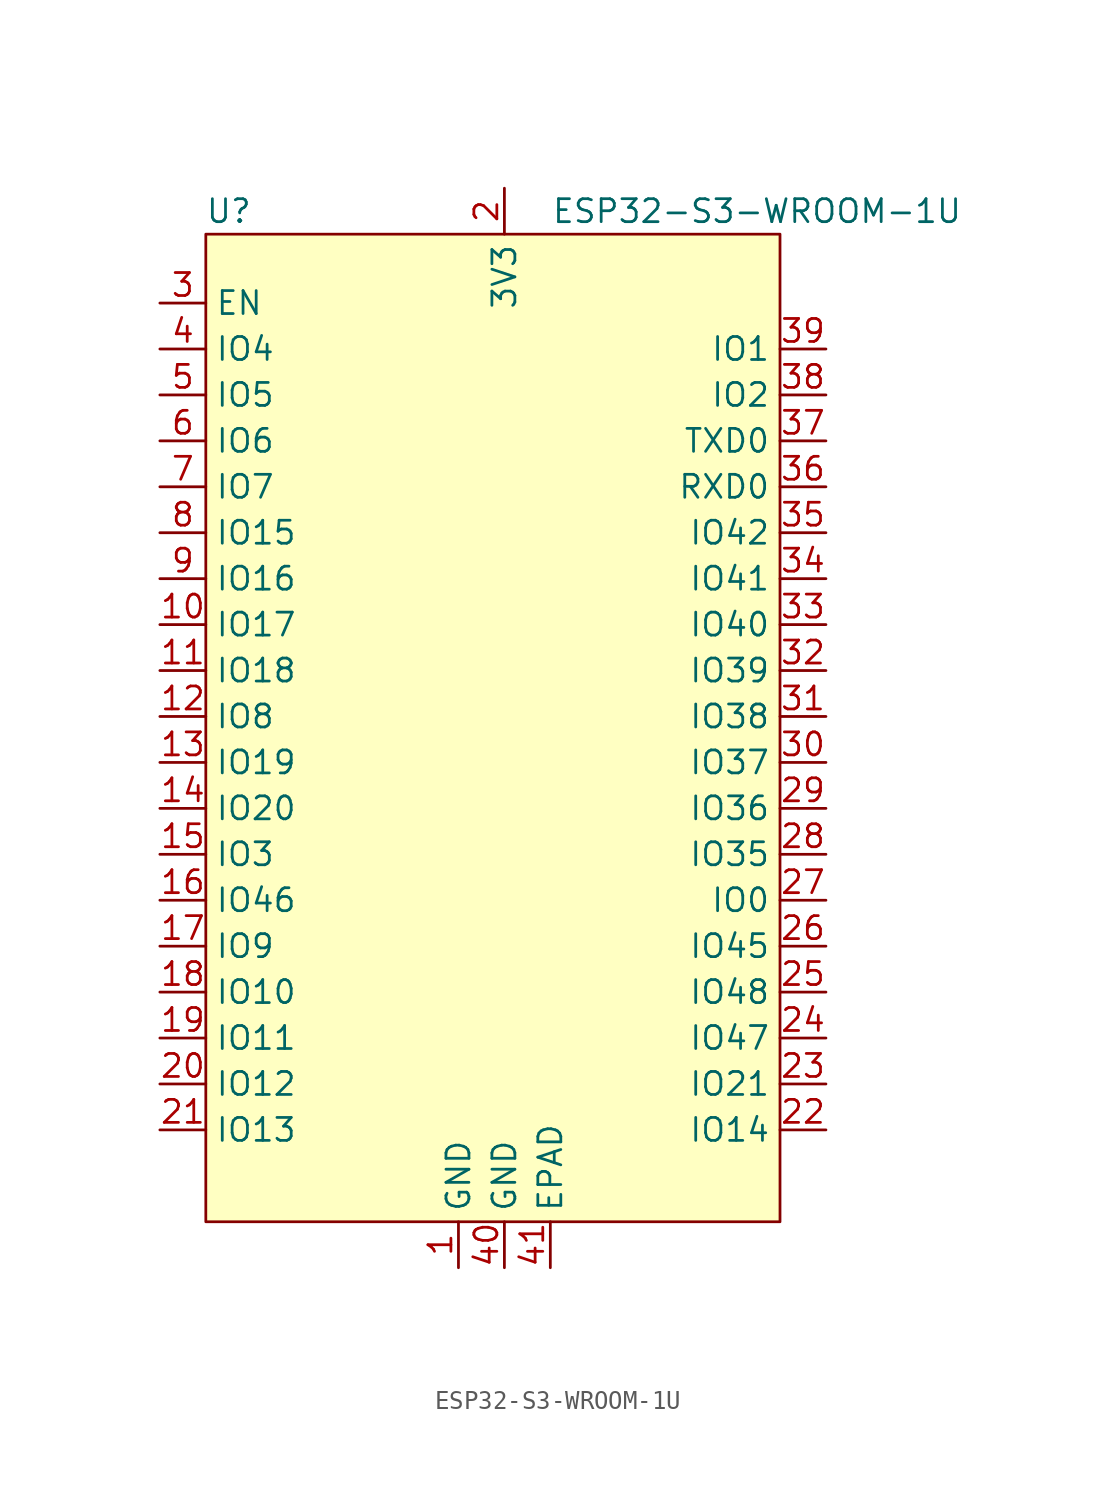
<source format=kicad_sym>
(kicad_symbol_lib
  (version 20211014)
  (generator kicad_symbol_editor)
  (symbol "ESP32-S3-WROOM-1U"
    (property "Reference" "U"
      (at -15.24 29.21 0)
      (effects (font (size 1.27 1.27))))
    (property "Value" "ESP32-S3-WROOM-1U"
      (at 13.97 29.21 0)
      (effects (font (size 1.27 1.27))))
    (symbol "ESP32-S3-WROOM-1U_0_1"
      (rectangle (start -16.51 27.94) (end 15.24 -26.67) (stroke (width 0) (type default) (color 0 0 0 0)) (fill (type background))))
    (symbol "ESP32-S3-WROOM-1U_1_1"
      (pin power_in line (at -2.54 -29.21 90) (length 2.54) (name "GND" (effects (font (size 1.27 1.27)))) (number "1" (effects (font (size 1.27 1.27)))))
      (pin bidirectional line (at -19.05 6.35 0) (length 2.54) (name "IO17" (effects (font (size 1.27 1.27)))) (number "10" (effects (font (size 1.27 1.27)))))
      (pin bidirectional line (at -19.05 3.81 0) (length 2.54) (name "IO18" (effects (font (size 1.27 1.27)))) (number "11" (effects (font (size 1.27 1.27)))))
      (pin bidirectional line (at -19.05 1.27 0) (length 2.54) (name "IO8" (effects (font (size 1.27 1.27)))) (number "12" (effects (font (size 1.27 1.27)))))
      (pin bidirectional line (at -19.05 -1.27 0) (length 2.54) (name "IO19" (effects (font (size 1.27 1.27)))) (number "13" (effects (font (size 1.27 1.27)))))
      (pin bidirectional line (at -19.05 -3.81 0) (length 2.54) (name "IO20" (effects (font (size 1.27 1.27)))) (number "14" (effects (font (size 1.27 1.27)))))
      (pin bidirectional line (at -19.05 -6.35 0) (length 2.54) (name "IO3" (effects (font (size 1.27 1.27)))) (number "15" (effects (font (size 1.27 1.27)))))
      (pin bidirectional line (at -19.05 -8.89 0) (length 2.54) (name "IO46" (effects (font (size 1.27 1.27)))) (number "16" (effects (font (size 1.27 1.27)))))
      (pin bidirectional line (at -19.05 -11.43 0) (length 2.54) (name "IO9" (effects (font (size 1.27 1.27)))) (number "17" (effects (font (size 1.27 1.27)))))
      (pin bidirectional line (at -19.05 -13.97 0) (length 2.54) (name "IO10" (effects (font (size 1.27 1.27)))) (number "18" (effects (font (size 1.27 1.27)))))
      (pin bidirectional line (at -19.05 -16.51 0) (length 2.54) (name "IO11" (effects (font (size 1.27 1.27)))) (number "19" (effects (font (size 1.27 1.27)))))
      (pin power_in line (at 0 30.48 270) (length 2.54) (name "3V3" (effects (font (size 1.27 1.27)))) (number "2" (effects (font (size 1.27 1.27)))))
      (pin bidirectional line (at -19.05 -19.05 0) (length 2.54) (name "IO12" (effects (font (size 1.27 1.27)))) (number "20" (effects (font (size 1.27 1.27)))))
      (pin bidirectional line (at -19.05 -21.59 0) (length 2.54) (name "IO13" (effects (font (size 1.27 1.27)))) (number "21" (effects (font (size 1.27 1.27)))))
      (pin bidirectional line (at 17.78 -21.59 180) (length 2.54) (name "IO14" (effects (font (size 1.27 1.27)))) (number "22" (effects (font (size 1.27 1.27)))))
      (pin bidirectional line (at 17.78 -19.05 180) (length 2.54) (name "IO21" (effects (font (size 1.27 1.27)))) (number "23" (effects (font (size 1.27 1.27)))))
      (pin bidirectional line (at 17.78 -16.51 180) (length 2.54) (name "IO47" (effects (font (size 1.27 1.27)))) (number "24" (effects (font (size 1.27 1.27)))))
      (pin bidirectional line (at 17.78 -13.97 180) (length 2.54) (name "IO48" (effects (font (size 1.27 1.27)))) (number "25" (effects (font (size 1.27 1.27)))))
      (pin bidirectional line (at 17.78 -11.43 180) (length 2.54) (name "IO45" (effects (font (size 1.27 1.27)))) (number "26" (effects (font (size 1.27 1.27)))))
      (pin bidirectional line (at 17.78 -8.89 180) (length 2.54) (name "IO0" (effects (font (size 1.27 1.27)))) (number "27" (effects (font (size 1.27 1.27)))))
      (pin bidirectional line (at 17.78 -6.35 180) (length 2.54) (name "IO35" (effects (font (size 1.27 1.27)))) (number "28" (effects (font (size 1.27 1.27)))))
      (pin bidirectional line (at 17.78 -3.81 180) (length 2.54) (name "IO36" (effects (font (size 1.27 1.27)))) (number "29" (effects (font (size 1.27 1.27)))))
      (pin input line (at -19.05 24.13 0) (length 2.54) (name "EN" (effects (font (size 1.27 1.27)))) (number "3" (effects (font (size 1.27 1.27)))))
      (pin bidirectional line (at 17.78 -1.27 180) (length 2.54) (name "IO37" (effects (font (size 1.27 1.27)))) (number "30" (effects (font (size 1.27 1.27)))))
      (pin bidirectional line (at 17.78 1.27 180) (length 2.54) (name "IO38" (effects (font (size 1.27 1.27)))) (number "31" (effects (font (size 1.27 1.27)))))
      (pin bidirectional line (at 17.78 3.81 180) (length 2.54) (name "IO39" (effects (font (size 1.27 1.27)))) (number "32" (effects (font (size 1.27 1.27)))))
      (pin bidirectional line (at 17.78 6.35 180) (length 2.54) (name "IO40" (effects (font (size 1.27 1.27)))) (number "33" (effects (font (size 1.27 1.27)))))
      (pin bidirectional line (at 17.78 8.89 180) (length 2.54) (name "IO41" (effects (font (size 1.27 1.27)))) (number "34" (effects (font (size 1.27 1.27)))))
      (pin bidirectional line (at 17.78 11.43 180) (length 2.54) (name "IO42" (effects (font (size 1.27 1.27)))) (number "35" (effects (font (size 1.27 1.27)))))
      (pin bidirectional line (at 17.78 13.97 180) (length 2.54) (name "RXD0" (effects (font (size 1.27 1.27)))) (number "36" (effects (font (size 1.27 1.27)))))
      (pin bidirectional line (at 17.78 16.51 180) (length 2.54) (name "TXD0" (effects (font (size 1.27 1.27)))) (number "37" (effects (font (size 1.27 1.27)))))
      (pin bidirectional line (at 17.78 19.05 180) (length 2.54) (name "IO2" (effects (font (size 1.27 1.27)))) (number "38" (effects (font (size 1.27 1.27)))))
      (pin bidirectional line (at 17.78 21.59 180) (length 2.54) (name "IO1" (effects (font (size 1.27 1.27)))) (number "39" (effects (font (size 1.27 1.27)))))
      (pin bidirectional line (at -19.05 21.59 0) (length 2.54) (name "IO4" (effects (font (size 1.27 1.27)))) (number "4" (effects (font (size 1.27 1.27)))))
      (pin power_in line (at 0 -29.21 90) (length 2.54) (name "GND" (effects (font (size 1.27 1.27)))) (number "40" (effects (font (size 1.27 1.27)))))
      (pin power_out line (at 2.54 -29.21 90) (length 2.54) (name "EPAD" (effects (font (size 1.27 1.27)))) (number "41" (effects (font (size 1.27 1.27)))))
      (pin bidirectional line (at -19.05 19.05 0) (length 2.54) (name "IO5" (effects (font (size 1.27 1.27)))) (number "5" (effects (font (size 1.27 1.27)))))
      (pin bidirectional line (at -19.05 16.51 0) (length 2.54) (name "IO6" (effects (font (size 1.27 1.27)))) (number "6" (effects (font (size 1.27 1.27)))))
      (pin bidirectional line (at -19.05 13.97 0) (length 2.54) (name "IO7" (effects (font (size 1.27 1.27)))) (number "7" (effects (font (size 1.27 1.27)))))
      (pin bidirectional line (at -19.05 11.43 0) (length 2.54) (name "IO15" (effects (font (size 1.27 1.27)))) (number "8" (effects (font (size 1.27 1.27)))))
      (pin bidirectional line (at -19.05 8.89 0) (length 2.54) (name "IO16" (effects (font (size 1.27 1.27)))) (number "9" (effects (font (size 1.27 1.27))))))))
</source>
